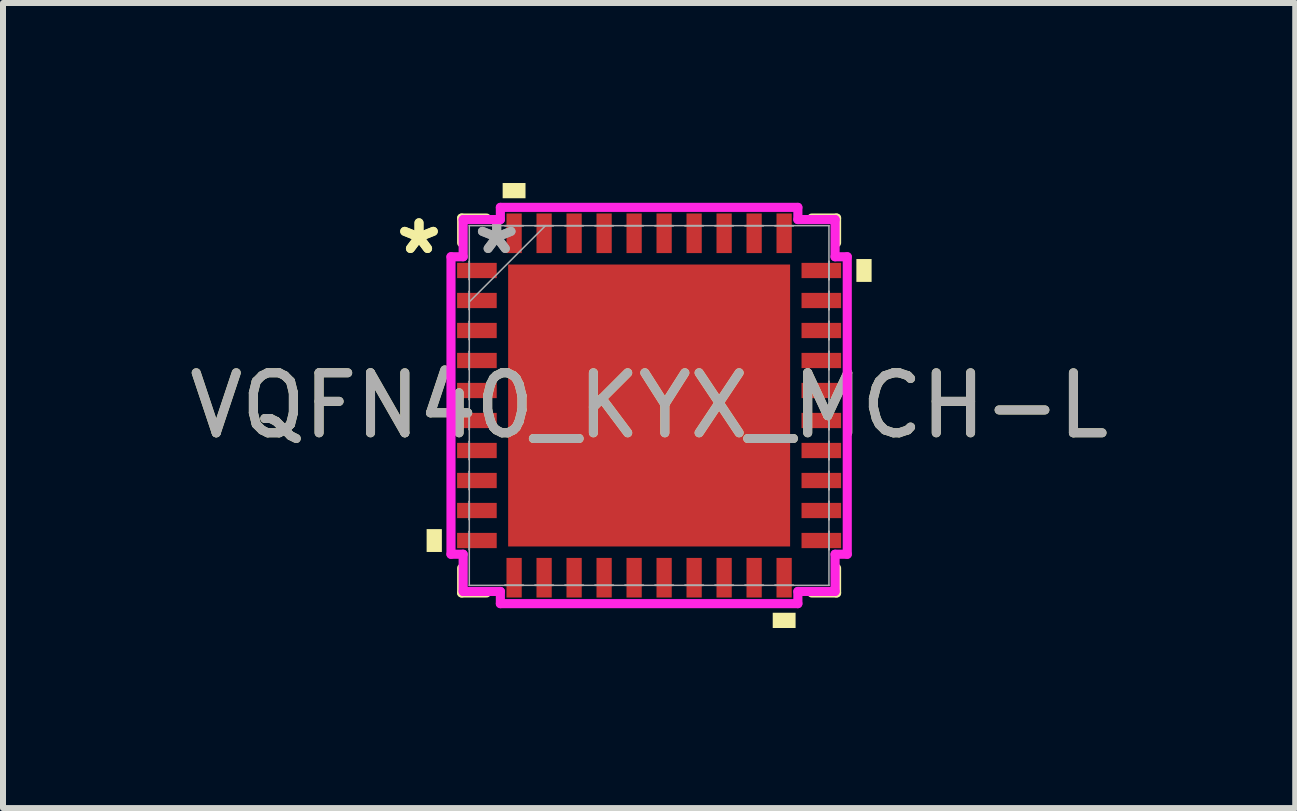
<source format=kicad_pcb>
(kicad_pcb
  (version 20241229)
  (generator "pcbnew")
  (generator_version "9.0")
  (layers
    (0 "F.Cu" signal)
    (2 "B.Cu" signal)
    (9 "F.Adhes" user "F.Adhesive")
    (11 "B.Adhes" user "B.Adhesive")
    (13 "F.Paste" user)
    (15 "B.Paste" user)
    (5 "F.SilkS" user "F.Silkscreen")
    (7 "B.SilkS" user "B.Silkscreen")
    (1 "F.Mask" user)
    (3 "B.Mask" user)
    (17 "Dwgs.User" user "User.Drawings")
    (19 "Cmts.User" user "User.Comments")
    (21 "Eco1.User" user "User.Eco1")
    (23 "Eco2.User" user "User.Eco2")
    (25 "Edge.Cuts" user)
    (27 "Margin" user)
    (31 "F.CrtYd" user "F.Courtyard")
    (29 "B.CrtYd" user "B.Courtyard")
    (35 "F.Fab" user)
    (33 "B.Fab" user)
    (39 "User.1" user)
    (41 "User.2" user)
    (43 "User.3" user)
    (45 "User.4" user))
  (footprint "VQFN40_KYX_MCH-L"
    (layer "F.Cu")
    (at 7.768 3.708)
    (property "Reference" "VQFN40_KYX_MCH-L" (at 0 0 0) (unlocked yes) (layer "F.SilkS") (effects (font (size 1 1) (thickness 0.15))))
    (attr smd)
    (fp_line (start -3.124 -3.124) (end -3.124 -2.71) (stroke (width 0.152) (type solid)) (layer "F.SilkS"))
    (fp_line (start -3.124 2.71) (end -3.124 3.124) (stroke (width 0.152) (type solid)) (layer "F.SilkS"))
    (fp_line (start -3.124 3.124) (end -2.71 3.124) (stroke (width 0.152) (type solid)) (layer "F.SilkS"))
    (fp_line (start -2.71 -3.124) (end -3.124 -3.124) (stroke (width 0.152) (type solid)) (layer "F.SilkS"))
    (fp_line (start 2.71 3.124) (end 3.124 3.124) (stroke (width 0.152) (type solid)) (layer "F.SilkS"))
    (fp_line (start 3.124 -3.124) (end 2.71 -3.124) (stroke (width 0.152) (type solid)) (layer "F.SilkS"))
    (fp_line (start 3.124 -2.71) (end 3.124 -3.124) (stroke (width 0.152) (type solid)) (layer "F.SilkS"))
    (fp_line (start 3.124 3.124) (end 3.124 2.71) (stroke (width 0.152) (type solid)) (layer "F.SilkS"))
    (fp_poly (pts (xy -3.708 2.06) (xy -3.708 2.441) (xy -3.454 2.441) (xy -3.454 2.06)) (stroke (width 0) (type solid)) (fill yes) (layer "F.SilkS"))
    (fp_poly (pts (xy -2.441 -3.454) (xy -2.441 -3.708) (xy -2.06 -3.708) (xy -2.06 -3.454)) (stroke (width 0) (type solid)) (fill yes) (layer "F.SilkS"))
    (fp_poly (pts (xy 2.06 3.454) (xy 2.06 3.708) (xy 2.441 3.708) (xy 2.441 3.454)) (stroke (width 0) (type solid)) (fill yes) (layer "F.SilkS"))
    (fp_poly (pts (xy 3.708 -2.441) (xy 3.708 -2.06) (xy 3.454 -2.06) (xy 3.454 -2.441)) (stroke (width 0) (type solid)) (fill yes) (layer "F.SilkS"))
    (fp_poly (pts (xy -2.249 -2.249) (xy -2.249 -0.883) (xy -0.883 -0.883) (xy -0.883 -2.249)) (stroke (width 0) (type solid)) (fill yes) (layer "F.Paste"))
    (fp_poly (pts (xy -2.249 -0.683) (xy -2.249 0.683) (xy -0.883 0.683) (xy -0.883 -0.683)) (stroke (width 0) (type solid)) (fill yes) (layer "F.Paste"))
    (fp_poly (pts (xy -2.249 0.883) (xy -2.249 2.249) (xy -0.883 2.249) (xy -0.883 0.883)) (stroke (width 0) (type solid)) (fill yes) (layer "F.Paste"))
    (fp_poly (pts (xy -0.683 -2.249) (xy -0.683 -0.883) (xy 0.683 -0.883) (xy 0.683 -2.249)) (stroke (width 0) (type solid)) (fill yes) (layer "F.Paste"))
    (fp_poly (pts (xy -0.683 -0.683) (xy -0.683 0.683) (xy 0.683 0.683) (xy 0.683 -0.683)) (stroke (width 0) (type solid)) (fill yes) (layer "F.Paste"))
    (fp_poly (pts (xy -0.683 0.883) (xy -0.683 2.249) (xy 0.683 2.249) (xy 0.683 0.883)) (stroke (width 0) (type solid)) (fill yes) (layer "F.Paste"))
    (fp_poly (pts (xy 0.883 -2.249) (xy 0.883 -0.883) (xy 2.249 -0.883) (xy 2.249 -2.249)) (stroke (width 0) (type solid)) (fill yes) (layer "F.Paste"))
    (fp_poly (pts (xy 0.883 -0.683) (xy 0.883 0.683) (xy 2.249 0.683) (xy 2.249 -0.683)) (stroke (width 0) (type solid)) (fill yes) (layer "F.Paste"))
    (fp_poly (pts (xy 0.883 0.883) (xy 0.883 2.249) (xy 2.249 2.249) (xy 2.249 0.883)) (stroke (width 0) (type solid)) (fill yes) (layer "F.Paste"))
    (fp_line (start -3.302 -2.479) (end -3.099 -2.479) (stroke (width 0.152) (type solid)) (layer "F.CrtYd"))
    (fp_line (start -3.302 2.479) (end -3.302 -2.479) (stroke (width 0.152) (type solid)) (layer "F.CrtYd"))
    (fp_line (start -3.099 -3.099) (end -2.479 -3.099) (stroke (width 0.152) (type solid)) (layer "F.CrtYd"))
    (fp_line (start -3.099 -2.479) (end -3.099 -3.099) (stroke (width 0.152) (type solid)) (layer "F.CrtYd"))
    (fp_line (start -3.099 2.479) (end -3.302 2.479) (stroke (width 0.152) (type solid)) (layer "F.CrtYd"))
    (fp_line (start -3.099 3.099) (end -3.099 2.479) (stroke (width 0.152) (type solid)) (layer "F.CrtYd"))
    (fp_line (start -2.479 -3.302) (end 2.479 -3.302) (stroke (width 0.152) (type solid)) (layer "F.CrtYd"))
    (fp_line (start -2.479 -3.099) (end -2.479 -3.302) (stroke (width 0.152) (type solid)) (layer "F.CrtYd"))
    (fp_line (start -2.479 3.099) (end -3.099 3.099) (stroke (width 0.152) (type solid)) (layer "F.CrtYd"))
    (fp_line (start -2.479 3.302) (end -2.479 3.099) (stroke (width 0.152) (type solid)) (layer "F.CrtYd"))
    (fp_line (start 2.479 -3.302) (end 2.479 -3.099) (stroke (width 0.152) (type solid)) (layer "F.CrtYd"))
    (fp_line (start 2.479 -3.099) (end 3.099 -3.099) (stroke (width 0.152) (type solid)) (layer "F.CrtYd"))
    (fp_line (start 2.479 3.099) (end 2.479 3.302) (stroke (width 0.152) (type solid)) (layer "F.CrtYd"))
    (fp_line (start 2.479 3.302) (end -2.479 3.302) (stroke (width 0.152) (type solid)) (layer "F.CrtYd"))
    (fp_line (start 3.099 -3.099) (end 3.099 -2.479) (stroke (width 0.152) (type solid)) (layer "F.CrtYd"))
    (fp_line (start 3.099 -2.479) (end 3.302 -2.479) (stroke (width 0.152) (type solid)) (layer "F.CrtYd"))
    (fp_line (start 3.099 2.479) (end 3.099 3.099) (stroke (width 0.152) (type solid)) (layer "F.CrtYd"))
    (fp_line (start 3.099 3.099) (end 2.479 3.099) (stroke (width 0.152) (type solid)) (layer "F.CrtYd"))
    (fp_line (start 3.302 -2.479) (end 3.302 2.479) (stroke (width 0.152) (type solid)) (layer "F.CrtYd"))
    (fp_line (start 3.302 2.479) (end 3.099 2.479) (stroke (width 0.152) (type solid)) (layer "F.CrtYd"))
    (fp_line (start -2.997 -2.997) (end -2.997 -2.997) (stroke (width 0.025) (type solid)) (layer "F.Fab"))
    (fp_line (start -2.997 -2.997) (end -2.997 2.997) (stroke (width 0.025) (type solid)) (layer "F.Fab"))
    (fp_line (start -2.997 -2.402) (end -2.997 -2.402) (stroke (width 0.025) (type solid)) (layer "F.Fab"))
    (fp_line (start -2.997 -2.402) (end -2.997 -2.098) (stroke (width 0.025) (type solid)) (layer "F.Fab"))
    (fp_line (start -2.997 -2.098) (end -2.997 -2.402) (stroke (width 0.025) (type solid)) (layer "F.Fab"))
    (fp_line (start -2.997 -2.098) (end -2.997 -2.098) (stroke (width 0.025) (type solid)) (layer "F.Fab"))
    (fp_line (start -2.997 -1.902) (end -2.997 -1.902) (stroke (width 0.025) (type solid)) (layer "F.Fab"))
    (fp_line (start -2.997 -1.902) (end -2.997 -1.598) (stroke (width 0.025) (type solid)) (layer "F.Fab"))
    (fp_line (start -2.997 -1.727) (end -1.727 -2.997) (stroke (width 0.025) (type solid)) (layer "F.Fab"))
    (fp_line (start -2.997 -1.598) (end -2.997 -1.902) (stroke (width 0.025) (type solid)) (layer "F.Fab"))
    (fp_line (start -2.997 -1.598) (end -2.997 -1.598) (stroke (width 0.025) (type solid)) (layer "F.Fab"))
    (fp_line (start -2.997 -1.402) (end -2.997 -1.402) (stroke (width 0.025) (type solid)) (layer "F.Fab"))
    (fp_line (start -2.997 -1.402) (end -2.997 -1.098) (stroke (width 0.025) (type solid)) (layer "F.Fab"))
    (fp_line (start -2.997 -1.098) (end -2.997 -1.402) (stroke (width 0.025) (type solid)) (layer "F.Fab"))
    (fp_line (start -2.997 -1.098) (end -2.997 -1.098) (stroke (width 0.025) (type solid)) (layer "F.Fab"))
    (fp_line (start -2.997 -0.902) (end -2.997 -0.902) (stroke (width 0.025) (type solid)) (layer "F.Fab"))
    (fp_line (start -2.997 -0.902) (end -2.997 -0.598) (stroke (width 0.025) (type solid)) (layer "F.Fab"))
    (fp_line (start -2.997 -0.598) (end -2.997 -0.902) (stroke (width 0.025) (type solid)) (layer "F.Fab"))
    (fp_line (start -2.997 -0.598) (end -2.997 -0.598) (stroke (width 0.025) (type solid)) (layer "F.Fab"))
    (fp_line (start -2.997 -0.402) (end -2.997 -0.402) (stroke (width 0.025) (type solid)) (layer "F.Fab"))
    (fp_line (start -2.997 -0.402) (end -2.997 -0.098) (stroke (width 0.025) (type solid)) (layer "F.Fab"))
    (fp_line (start -2.997 -0.098) (end -2.997 -0.402) (stroke (width 0.025) (type solid)) (layer "F.Fab"))
    (fp_line (start -2.997 -0.098) (end -2.997 -0.098) (stroke (width 0.025) (type solid)) (layer "F.Fab"))
    (fp_line (start -2.997 0.098) (end -2.997 0.098) (stroke (width 0.025) (type solid)) (layer "F.Fab"))
    (fp_line (start -2.997 0.098) (end -2.997 0.402) (stroke (width 0.025) (type solid)) (layer "F.Fab"))
    (fp_line (start -2.997 0.402) (end -2.997 0.098) (stroke (width 0.025) (type solid)) (layer "F.Fab"))
    (fp_line (start -2.997 0.402) (end -2.997 0.402) (stroke (width 0.025) (type solid)) (layer "F.Fab"))
    (fp_line (start -2.997 0.598) (end -2.997 0.598) (stroke (width 0.025) (type solid)) (layer "F.Fab"))
    (fp_line (start -2.997 0.598) (end -2.997 0.902) (stroke (width 0.025) (type solid)) (layer "F.Fab"))
    (fp_line (start -2.997 0.902) (end -2.997 0.598) (stroke (width 0.025) (type solid)) (layer "F.Fab"))
    (fp_line (start -2.997 0.902) (end -2.997 0.902) (stroke (width 0.025) (type solid)) (layer "F.Fab"))
    (fp_line (start -2.997 1.098) (end -2.997 1.098) (stroke (width 0.025) (type solid)) (layer "F.Fab"))
    (fp_line (start -2.997 1.098) (end -2.997 1.402) (stroke (width 0.025) (type solid)) (layer "F.Fab"))
    (fp_line (start -2.997 1.402) (end -2.997 1.098) (stroke (width 0.025) (type solid)) (layer "F.Fab"))
    (fp_line (start -2.997 1.402) (end -2.997 1.402) (stroke (width 0.025) (type solid)) (layer "F.Fab"))
    (fp_line (start -2.997 1.598) (end -2.997 1.598) (stroke (width 0.025) (type solid)) (layer "F.Fab"))
    (fp_line (start -2.997 1.598) (end -2.997 1.902) (stroke (width 0.025) (type solid)) (layer "F.Fab"))
    (fp_line (start -2.997 1.902) (end -2.997 1.598) (stroke (width 0.025) (type solid)) (layer "F.Fab"))
    (fp_line (start -2.997 1.902) (end -2.997 1.902) (stroke (width 0.025) (type solid)) (layer "F.Fab"))
    (fp_line (start -2.997 2.098) (end -2.997 2.098) (stroke (width 0.025) (type solid)) (layer "F.Fab"))
    (fp_line (start -2.997 2.098) (end -2.997 2.402) (stroke (width 0.025) (type solid)) (layer "F.Fab"))
    (fp_line (start -2.997 2.402) (end -2.997 2.098) (stroke (width 0.025) (type solid)) (layer "F.Fab"))
    (fp_line (start -2.997 2.402) (end -2.997 2.402) (stroke (width 0.025) (type solid)) (layer "F.Fab"))
    (fp_line (start -2.997 2.997) (end -2.997 2.997) (stroke (width 0.025) (type solid)) (layer "F.Fab"))
    (fp_line (start -2.997 2.997) (end 2.997 2.997) (stroke (width 0.025) (type solid)) (layer "F.Fab"))
    (fp_line (start -2.402 -2.997) (end -2.402 -2.997) (stroke (width 0.025) (type solid)) (layer "F.Fab"))
    (fp_line (start -2.402 -2.997) (end -2.098 -2.997) (stroke (width 0.025) (type solid)) (layer "F.Fab"))
    (fp_line (start -2.402 2.997) (end -2.402 2.997) (stroke (width 0.025) (type solid)) (layer "F.Fab"))
    (fp_line (start -2.402 2.997) (end -2.098 2.997) (stroke (width 0.025) (type solid)) (layer "F.Fab"))
    (fp_line (start -2.098 -2.997) (end -2.402 -2.997) (stroke (width 0.025) (type solid)) (layer "F.Fab"))
    (fp_line (start -2.098 -2.997) (end -2.098 -2.997) (stroke (width 0.025) (type solid)) (layer "F.Fab"))
    (fp_line (start -2.098 2.997) (end -2.402 2.997) (stroke (width 0.025) (type solid)) (layer "F.Fab"))
    (fp_line (start -2.098 2.997) (end -2.098 2.997) (stroke (width 0.025) (type solid)) (layer "F.Fab"))
    (fp_line (start -1.902 -2.997) (end -1.902 -2.997) (stroke (width 0.025) (type solid)) (layer "F.Fab"))
    (fp_line (start -1.902 -2.997) (end -1.598 -2.997) (stroke (width 0.025) (type solid)) (layer "F.Fab"))
    (fp_line (start -1.902 2.997) (end -1.902 2.997) (stroke (width 0.025) (type solid)) (layer "F.Fab"))
    (fp_line (start -1.902 2.997) (end -1.598 2.997) (stroke (width 0.025) (type solid)) (layer "F.Fab"))
    (fp_line (start -1.598 -2.997) (end -1.902 -2.997) (stroke (width 0.025) (type solid)) (layer "F.Fab"))
    (fp_line (start -1.598 -2.997) (end -1.598 -2.997) (stroke (width 0.025) (type solid)) (layer "F.Fab"))
    (fp_line (start -1.598 2.997) (end -1.902 2.997) (stroke (width 0.025) (type solid)) (layer "F.Fab"))
    (fp_line (start -1.598 2.997) (end -1.598 2.997) (stroke (width 0.025) (type solid)) (layer "F.Fab"))
    (fp_line (start -1.402 -2.997) (end -1.402 -2.997) (stroke (width 0.025) (type solid)) (layer "F.Fab"))
    (fp_line (start -1.402 -2.997) (end -1.098 -2.997) (stroke (width 0.025) (type solid)) (layer "F.Fab"))
    (fp_line (start -1.402 2.997) (end -1.402 2.997) (stroke (width 0.025) (type solid)) (layer "F.Fab"))
    (fp_line (start -1.402 2.997) (end -1.098 2.997) (stroke (width 0.025) (type solid)) (layer "F.Fab"))
    (fp_line (start -1.098 -2.997) (end -1.402 -2.997) (stroke (width 0.025) (type solid)) (layer "F.Fab"))
    (fp_line (start -1.098 -2.997) (end -1.098 -2.997) (stroke (width 0.025) (type solid)) (layer "F.Fab"))
    (fp_line (start -1.098 2.997) (end -1.402 2.997) (stroke (width 0.025) (type solid)) (layer "F.Fab"))
    (fp_line (start -1.098 2.997) (end -1.098 2.997) (stroke (width 0.025) (type solid)) (layer "F.Fab"))
    (fp_line (start -0.902 -2.997) (end -0.902 -2.997) (stroke (width 0.025) (type solid)) (layer "F.Fab"))
    (fp_line (start -0.902 -2.997) (end -0.598 -2.997) (stroke (width 0.025) (type solid)) (layer "F.Fab"))
    (fp_line (start -0.902 2.997) (end -0.902 2.997) (stroke (width 0.025) (type solid)) (layer "F.Fab"))
    (fp_line (start -0.902 2.997) (end -0.598 2.997) (stroke (width 0.025) (type solid)) (layer "F.Fab"))
    (fp_line (start -0.598 -2.997) (end -0.902 -2.997) (stroke (width 0.025) (type solid)) (layer "F.Fab"))
    (fp_line (start -0.598 -2.997) (end -0.598 -2.997) (stroke (width 0.025) (type solid)) (layer "F.Fab"))
    (fp_line (start -0.598 2.997) (end -0.902 2.997) (stroke (width 0.025) (type solid)) (layer "F.Fab"))
    (fp_line (start -0.598 2.997) (end -0.598 2.997) (stroke (width 0.025) (type solid)) (layer "F.Fab"))
    (fp_line (start -0.402 -2.997) (end -0.402 -2.997) (stroke (width 0.025) (type solid)) (layer "F.Fab"))
    (fp_line (start -0.402 -2.997) (end -0.098 -2.997) (stroke (width 0.025) (type solid)) (layer "F.Fab"))
    (fp_line (start -0.402 2.997) (end -0.402 2.997) (stroke (width 0.025) (type solid)) (layer "F.Fab"))
    (fp_line (start -0.402 2.997) (end -0.098 2.997) (stroke (width 0.025) (type solid)) (layer "F.Fab"))
    (fp_line (start -0.098 -2.997) (end -0.402 -2.997) (stroke (width 0.025) (type solid)) (layer "F.Fab"))
    (fp_line (start -0.098 -2.997) (end -0.098 -2.997) (stroke (width 0.025) (type solid)) (layer "F.Fab"))
    (fp_line (start -0.098 2.997) (end -0.402 2.997) (stroke (width 0.025) (type solid)) (layer "F.Fab"))
    (fp_line (start -0.098 2.997) (end -0.098 2.997) (stroke (width 0.025) (type solid)) (layer "F.Fab"))
    (fp_line (start 0.098 -2.997) (end 0.098 -2.997) (stroke (width 0.025) (type solid)) (layer "F.Fab"))
    (fp_line (start 0.098 -2.997) (end 0.402 -2.997) (stroke (width 0.025) (type solid)) (layer "F.Fab"))
    (fp_line (start 0.098 2.997) (end 0.098 2.997) (stroke (width 0.025) (type solid)) (layer "F.Fab"))
    (fp_line (start 0.098 2.997) (end 0.402 2.997) (stroke (width 0.025) (type solid)) (layer "F.Fab"))
    (fp_line (start 0.402 -2.997) (end 0.098 -2.997) (stroke (width 0.025) (type solid)) (layer "F.Fab"))
    (fp_line (start 0.402 -2.997) (end 0.402 -2.997) (stroke (width 0.025) (type solid)) (layer "F.Fab"))
    (fp_line (start 0.402 2.997) (end 0.098 2.997) (stroke (width 0.025) (type solid)) (layer "F.Fab"))
    (fp_line (start 0.402 2.997) (end 0.402 2.997) (stroke (width 0.025) (type solid)) (layer "F.Fab"))
    (fp_line (start 0.598 -2.997) (end 0.598 -2.997) (stroke (width 0.025) (type solid)) (layer "F.Fab"))
    (fp_line (start 0.598 -2.997) (end 0.902 -2.997) (stroke (width 0.025) (type solid)) (layer "F.Fab"))
    (fp_line (start 0.598 2.997) (end 0.598 2.997) (stroke (width 0.025) (type solid)) (layer "F.Fab"))
    (fp_line (start 0.598 2.997) (end 0.902 2.997) (stroke (width 0.025) (type solid)) (layer "F.Fab"))
    (fp_line (start 0.902 -2.997) (end 0.598 -2.997) (stroke (width 0.025) (type solid)) (layer "F.Fab"))
    (fp_line (start 0.902 -2.997) (end 0.902 -2.997) (stroke (width 0.025) (type solid)) (layer "F.Fab"))
    (fp_line (start 0.902 2.997) (end 0.598 2.997) (stroke (width 0.025) (type solid)) (layer "F.Fab"))
    (fp_line (start 0.902 2.997) (end 0.902 2.997) (stroke (width 0.025) (type solid)) (layer "F.Fab"))
    (fp_line (start 1.098 -2.997) (end 1.098 -2.997) (stroke (width 0.025) (type solid)) (layer "F.Fab"))
    (fp_line (start 1.098 -2.997) (end 1.402 -2.997) (stroke (width 0.025) (type solid)) (layer "F.Fab"))
    (fp_line (start 1.098 2.997) (end 1.098 2.997) (stroke (width 0.025) (type solid)) (layer "F.Fab"))
    (fp_line (start 1.098 2.997) (end 1.402 2.997) (stroke (width 0.025) (type solid)) (layer "F.Fab"))
    (fp_line (start 1.402 -2.997) (end 1.098 -2.997) (stroke (width 0.025) (type solid)) (layer "F.Fab"))
    (fp_line (start 1.402 -2.997) (end 1.402 -2.997) (stroke (width 0.025) (type solid)) (layer "F.Fab"))
    (fp_line (start 1.402 2.997) (end 1.098 2.997) (stroke (width 0.025) (type solid)) (layer "F.Fab"))
    (fp_line (start 1.402 2.997) (end 1.402 2.997) (stroke (width 0.025) (type solid)) (layer "F.Fab"))
    (fp_line (start 1.598 -2.997) (end 1.598 -2.997) (stroke (width 0.025) (type solid)) (layer "F.Fab"))
    (fp_line (start 1.598 -2.997) (end 1.902 -2.997) (stroke (width 0.025) (type solid)) (layer "F.Fab"))
    (fp_line (start 1.598 2.997) (end 1.598 2.997) (stroke (width 0.025) (type solid)) (layer "F.Fab"))
    (fp_line (start 1.598 2.997) (end 1.902 2.997) (stroke (width 0.025) (type solid)) (layer "F.Fab"))
    (fp_line (start 1.902 -2.997) (end 1.598 -2.997) (stroke (width 0.025) (type solid)) (layer "F.Fab"))
    (fp_line (start 1.902 -2.997) (end 1.902 -2.997) (stroke (width 0.025) (type solid)) (layer "F.Fab"))
    (fp_line (start 1.902 2.997) (end 1.598 2.997) (stroke (width 0.025) (type solid)) (layer "F.Fab"))
    (fp_line (start 1.902 2.997) (end 1.902 2.997) (stroke (width 0.025) (type solid)) (layer "F.Fab"))
    (fp_line (start 2.098 -2.997) (end 2.098 -2.997) (stroke (width 0.025) (type solid)) (layer "F.Fab"))
    (fp_line (start 2.098 -2.997) (end 2.402 -2.997) (stroke (width 0.025) (type solid)) (layer "F.Fab"))
    (fp_line (start 2.098 2.997) (end 2.098 2.997) (stroke (width 0.025) (type solid)) (layer "F.Fab"))
    (fp_line (start 2.098 2.997) (end 2.402 2.997) (stroke (width 0.025) (type solid)) (layer "F.Fab"))
    (fp_line (start 2.402 -2.997) (end 2.098 -2.997) (stroke (width 0.025) (type solid)) (layer "F.Fab"))
    (fp_line (start 2.402 -2.997) (end 2.402 -2.997) (stroke (width 0.025) (type solid)) (layer "F.Fab"))
    (fp_line (start 2.402 2.997) (end 2.098 2.997) (stroke (width 0.025) (type solid)) (layer "F.Fab"))
    (fp_line (start 2.402 2.997) (end 2.402 2.997) (stroke (width 0.025) (type solid)) (layer "F.Fab"))
    (fp_line (start 2.997 -2.997) (end -2.997 -2.997) (stroke (width 0.025) (type solid)) (layer "F.Fab"))
    (fp_line (start 2.997 -2.997) (end 2.997 -2.997) (stroke (width 0.025) (type solid)) (layer "F.Fab"))
    (fp_line (start 2.997 -2.402) (end 2.997 -2.402) (stroke (width 0.025) (type solid)) (layer "F.Fab"))
    (fp_line (start 2.997 -2.402) (end 2.997 -2.098) (stroke (width 0.025) (type solid)) (layer "F.Fab"))
    (fp_line (start 2.997 -2.098) (end 2.997 -2.402) (stroke (width 0.025) (type solid)) (layer "F.Fab"))
    (fp_line (start 2.997 -2.098) (end 2.997 -2.098) (stroke (width 0.025) (type solid)) (layer "F.Fab"))
    (fp_line (start 2.997 -1.902) (end 2.997 -1.902) (stroke (width 0.025) (type solid)) (layer "F.Fab"))
    (fp_line (start 2.997 -1.902) (end 2.997 -1.598) (stroke (width 0.025) (type solid)) (layer "F.Fab"))
    (fp_line (start 2.997 -1.598) (end 2.997 -1.902) (stroke (width 0.025) (type solid)) (layer "F.Fab"))
    (fp_line (start 2.997 -1.598) (end 2.997 -1.598) (stroke (width 0.025) (type solid)) (layer "F.Fab"))
    (fp_line (start 2.997 -1.402) (end 2.997 -1.402) (stroke (width 0.025) (type solid)) (layer "F.Fab"))
    (fp_line (start 2.997 -1.402) (end 2.997 -1.098) (stroke (width 0.025) (type solid)) (layer "F.Fab"))
    (fp_line (start 2.997 -1.098) (end 2.997 -1.402) (stroke (width 0.025) (type solid)) (layer "F.Fab"))
    (fp_line (start 2.997 -1.098) (end 2.997 -1.098) (stroke (width 0.025) (type solid)) (layer "F.Fab"))
    (fp_line (start 2.997 -0.902) (end 2.997 -0.902) (stroke (width 0.025) (type solid)) (layer "F.Fab"))
    (fp_line (start 2.997 -0.902) (end 2.997 -0.598) (stroke (width 0.025) (type solid)) (layer "F.Fab"))
    (fp_line (start 2.997 -0.598) (end 2.997 -0.902) (stroke (width 0.025) (type solid)) (layer "F.Fab"))
    (fp_line (start 2.997 -0.598) (end 2.997 -0.598) (stroke (width 0.025) (type solid)) (layer "F.Fab"))
    (fp_line (start 2.997 -0.402) (end 2.997 -0.402) (stroke (width 0.025) (type solid)) (layer "F.Fab"))
    (fp_line (start 2.997 -0.402) (end 2.997 -0.098) (stroke (width 0.025) (type solid)) (layer "F.Fab"))
    (fp_line (start 2.997 -0.098) (end 2.997 -0.402) (stroke (width 0.025) (type solid)) (layer "F.Fab"))
    (fp_line (start 2.997 -0.098) (end 2.997 -0.098) (stroke (width 0.025) (type solid)) (layer "F.Fab"))
    (fp_line (start 2.997 0.098) (end 2.997 0.098) (stroke (width 0.025) (type solid)) (layer "F.Fab"))
    (fp_line (start 2.997 0.098) (end 2.997 0.402) (stroke (width 0.025) (type solid)) (layer "F.Fab"))
    (fp_line (start 2.997 0.402) (end 2.997 0.098) (stroke (width 0.025) (type solid)) (layer "F.Fab"))
    (fp_line (start 2.997 0.402) (end 2.997 0.402) (stroke (width 0.025) (type solid)) (layer "F.Fab"))
    (fp_line (start 2.997 0.598) (end 2.997 0.598) (stroke (width 0.025) (type solid)) (layer "F.Fab"))
    (fp_line (start 2.997 0.598) (end 2.997 0.902) (stroke (width 0.025) (type solid)) (layer "F.Fab"))
    (fp_line (start 2.997 0.902) (end 2.997 0.598) (stroke (width 0.025) (type solid)) (layer "F.Fab"))
    (fp_line (start 2.997 0.902) (end 2.997 0.902) (stroke (width 0.025) (type solid)) (layer "F.Fab"))
    (fp_line (start 2.997 1.098) (end 2.997 1.098) (stroke (width 0.025) (type solid)) (layer "F.Fab"))
    (fp_line (start 2.997 1.098) (end 2.997 1.402) (stroke (width 0.025) (type solid)) (layer "F.Fab"))
    (fp_line (start 2.997 1.402) (end 2.997 1.098) (stroke (width 0.025) (type solid)) (layer "F.Fab"))
    (fp_line (start 2.997 1.402) (end 2.997 1.402) (stroke (width 0.025) (type solid)) (layer "F.Fab"))
    (fp_line (start 2.997 1.598) (end 2.997 1.598) (stroke (width 0.025) (type solid)) (layer "F.Fab"))
    (fp_line (start 2.997 1.598) (end 2.997 1.902) (stroke (width 0.025) (type solid)) (layer "F.Fab"))
    (fp_line (start 2.997 1.902) (end 2.997 1.598) (stroke (width 0.025) (type solid)) (layer "F.Fab"))
    (fp_line (start 2.997 1.902) (end 2.997 1.902) (stroke (width 0.025) (type solid)) (layer "F.Fab"))
    (fp_line (start 2.997 2.098) (end 2.997 2.098) (stroke (width 0.025) (type solid)) (layer "F.Fab"))
    (fp_line (start 2.997 2.098) (end 2.997 2.402) (stroke (width 0.025) (type solid)) (layer "F.Fab"))
    (fp_line (start 2.997 2.402) (end 2.997 2.098) (stroke (width 0.025) (type solid)) (layer "F.Fab"))
    (fp_line (start 2.997 2.402) (end 2.997 2.402) (stroke (width 0.025) (type solid)) (layer "F.Fab"))
    (fp_line (start 2.997 2.997) (end 2.997 -2.997) (stroke (width 0.025) (type solid)) (layer "F.Fab"))
    (fp_line (start 2.997 2.997) (end 2.997 2.997) (stroke (width 0.025) (type solid)) (layer "F.Fab"))
    (fp_text user "*" (at -3.835 -2.5 0) (layer "F.SilkS") (effects (font (size 1 1) (thickness 0.15))))
    (fp_text user "*" (at -3.835 -2.5 0) (unlocked yes) (layer "F.SilkS") (effects (font (size 1 1) (thickness 0.15))))
    (fp_text user "*" (at -2.54 -2.5 0) (layer "F.Fab") (effects (font (size 1 1) (thickness 0.15))))
    (fp_text user "*" (at -2.54 -2.5 0) (unlocked yes) (layer "F.Fab") (effects (font (size 1 1) (thickness 0.15))))
    (fp_text user "${REFERENCE}" (at 0 0 0) (unlocked yes) (layer "F.Fab") (effects (font (size 1 1) (thickness 0.15))))
    (pad "1" smd rect (at -2.87 -2.25 90) (size 0.254 0.66) (layers "F.Cu" "F.Mask" "F.Paste"))
    (pad "2" smd rect (at -2.87 -1.75 90) (size 0.254 0.66) (layers "F.Cu" "F.Mask" "F.Paste"))
    (pad "3" smd rect (at -2.87 -1.25 90) (size 0.254 0.66) (layers "F.Cu" "F.Mask" "F.Paste"))
    (pad "4" smd rect (at -2.87 -0.75 90) (size 0.254 0.66) (layers "F.Cu" "F.Mask" "F.Paste"))
    (pad "5" smd rect (at -2.87 -0.25 90) (size 0.254 0.66) (layers "F.Cu" "F.Mask" "F.Paste"))
    (pad "6" smd rect (at -2.87 0.25 90) (size 0.254 0.66) (layers "F.Cu" "F.Mask" "F.Paste"))
    (pad "7" smd rect (at -2.87 0.75 90) (size 0.254 0.66) (layers "F.Cu" "F.Mask" "F.Paste"))
    (pad "8" smd rect (at -2.87 1.25 90) (size 0.254 0.66) (layers "F.Cu" "F.Mask" "F.Paste"))
    (pad "9" smd rect (at -2.87 1.75 90) (size 0.254 0.66) (layers "F.Cu" "F.Mask" "F.Paste"))
    (pad "10" smd rect (at -2.87 2.25 90) (size 0.254 0.66) (layers "F.Cu" "F.Mask" "F.Paste"))
    (pad "11" smd rect (at -2.25 2.87) (size 0.254 0.66) (layers "F.Cu" "F.Mask" "F.Paste"))
    (pad "12" smd rect (at -1.75 2.87) (size 0.254 0.66) (layers "F.Cu" "F.Mask" "F.Paste"))
    (pad "13" smd rect (at -1.25 2.87) (size 0.254 0.66) (layers "F.Cu" "F.Mask" "F.Paste"))
    (pad "14" smd rect (at -0.75 2.87) (size 0.254 0.66) (layers "F.Cu" "F.Mask" "F.Paste"))
    (pad "15" smd rect (at -0.25 2.87) (size 0.254 0.66) (layers "F.Cu" "F.Mask" "F.Paste"))
    (pad "16" smd rect (at 0.25 2.87) (size 0.254 0.66) (layers "F.Cu" "F.Mask" "F.Paste"))
    (pad "17" smd rect (at 0.75 2.87) (size 0.254 0.66) (layers "F.Cu" "F.Mask" "F.Paste"))
    (pad "18" smd rect (at 1.25 2.87) (size 0.254 0.66) (layers "F.Cu" "F.Mask" "F.Paste"))
    (pad "19" smd rect (at 1.75 2.87) (size 0.254 0.66) (layers "F.Cu" "F.Mask" "F.Paste"))
    (pad "20" smd rect (at 2.25 2.87) (size 0.254 0.66) (layers "F.Cu" "F.Mask" "F.Paste"))
    (pad "21" smd rect (at 2.87 2.25 90) (size 0.254 0.66) (layers "F.Cu" "F.Mask" "F.Paste"))
    (pad "22" smd rect (at 2.87 1.75 90) (size 0.254 0.66) (layers "F.Cu" "F.Mask" "F.Paste"))
    (pad "23" smd rect (at 2.87 1.25 90) (size 0.254 0.66) (layers "F.Cu" "F.Mask" "F.Paste"))
    (pad "24" smd rect (at 2.87 0.75 90) (size 0.254 0.66) (layers "F.Cu" "F.Mask" "F.Paste"))
    (pad "25" smd rect (at 2.87 0.25 90) (size 0.254 0.66) (layers "F.Cu" "F.Mask" "F.Paste"))
    (pad "26" smd rect (at 2.87 -0.25 90) (size 0.254 0.66) (layers "F.Cu" "F.Mask" "F.Paste"))
    (pad "27" smd rect (at 2.87 -0.75 90) (size 0.254 0.66) (layers "F.Cu" "F.Mask" "F.Paste"))
    (pad "28" smd rect (at 2.87 -1.25 90) (size 0.254 0.66) (layers "F.Cu" "F.Mask" "F.Paste"))
    (pad "29" smd rect (at 2.87 -1.75 90) (size 0.254 0.66) (layers "F.Cu" "F.Mask" "F.Paste"))
    (pad "30" smd rect (at 2.87 -2.25 90) (size 0.254 0.66) (layers "F.Cu" "F.Mask" "F.Paste"))
    (pad "31" smd rect (at 2.25 -2.87) (size 0.254 0.66) (layers "F.Cu" "F.Mask" "F.Paste"))
    (pad "32" smd rect (at 1.75 -2.87) (size 0.254 0.66) (layers "F.Cu" "F.Mask" "F.Paste"))
    (pad "33" smd rect (at 1.25 -2.87) (size 0.254 0.66) (layers "F.Cu" "F.Mask" "F.Paste"))
    (pad "34" smd rect (at 0.75 -2.87) (size 0.254 0.66) (layers "F.Cu" "F.Mask" "F.Paste"))
    (pad "35" smd rect (at 0.25 -2.87) (size 0.254 0.66) (layers "F.Cu" "F.Mask" "F.Paste"))
    (pad "36" smd rect (at -0.25 -2.87) (size 0.254 0.66) (layers "F.Cu" "F.Mask" "F.Paste"))
    (pad "37" smd rect (at -0.75 -2.87) (size 0.254 0.66) (layers "F.Cu" "F.Mask" "F.Paste"))
    (pad "38" smd rect (at -1.25 -2.87) (size 0.254 0.66) (layers "F.Cu" "F.Mask" "F.Paste"))
    (pad "39" smd rect (at -1.75 -2.87) (size 0.254 0.66) (layers "F.Cu" "F.Mask" "F.Paste"))
    (pad "40" smd rect (at -2.25 -2.87) (size 0.254 0.66) (layers "F.Cu" "F.Mask" "F.Paste"))
    (pad "41" smd rect (at 0 0) (size 4.699 4.699) (layers "F.Cu" "F.Mask" "F.Paste")))
  (gr_rect
    (start -3 -3)
    (end 18.536 10.417)
    (stroke (width 0.1) (type default))
    (fill no)
    (layer "Edge.Cuts")))
</source>
